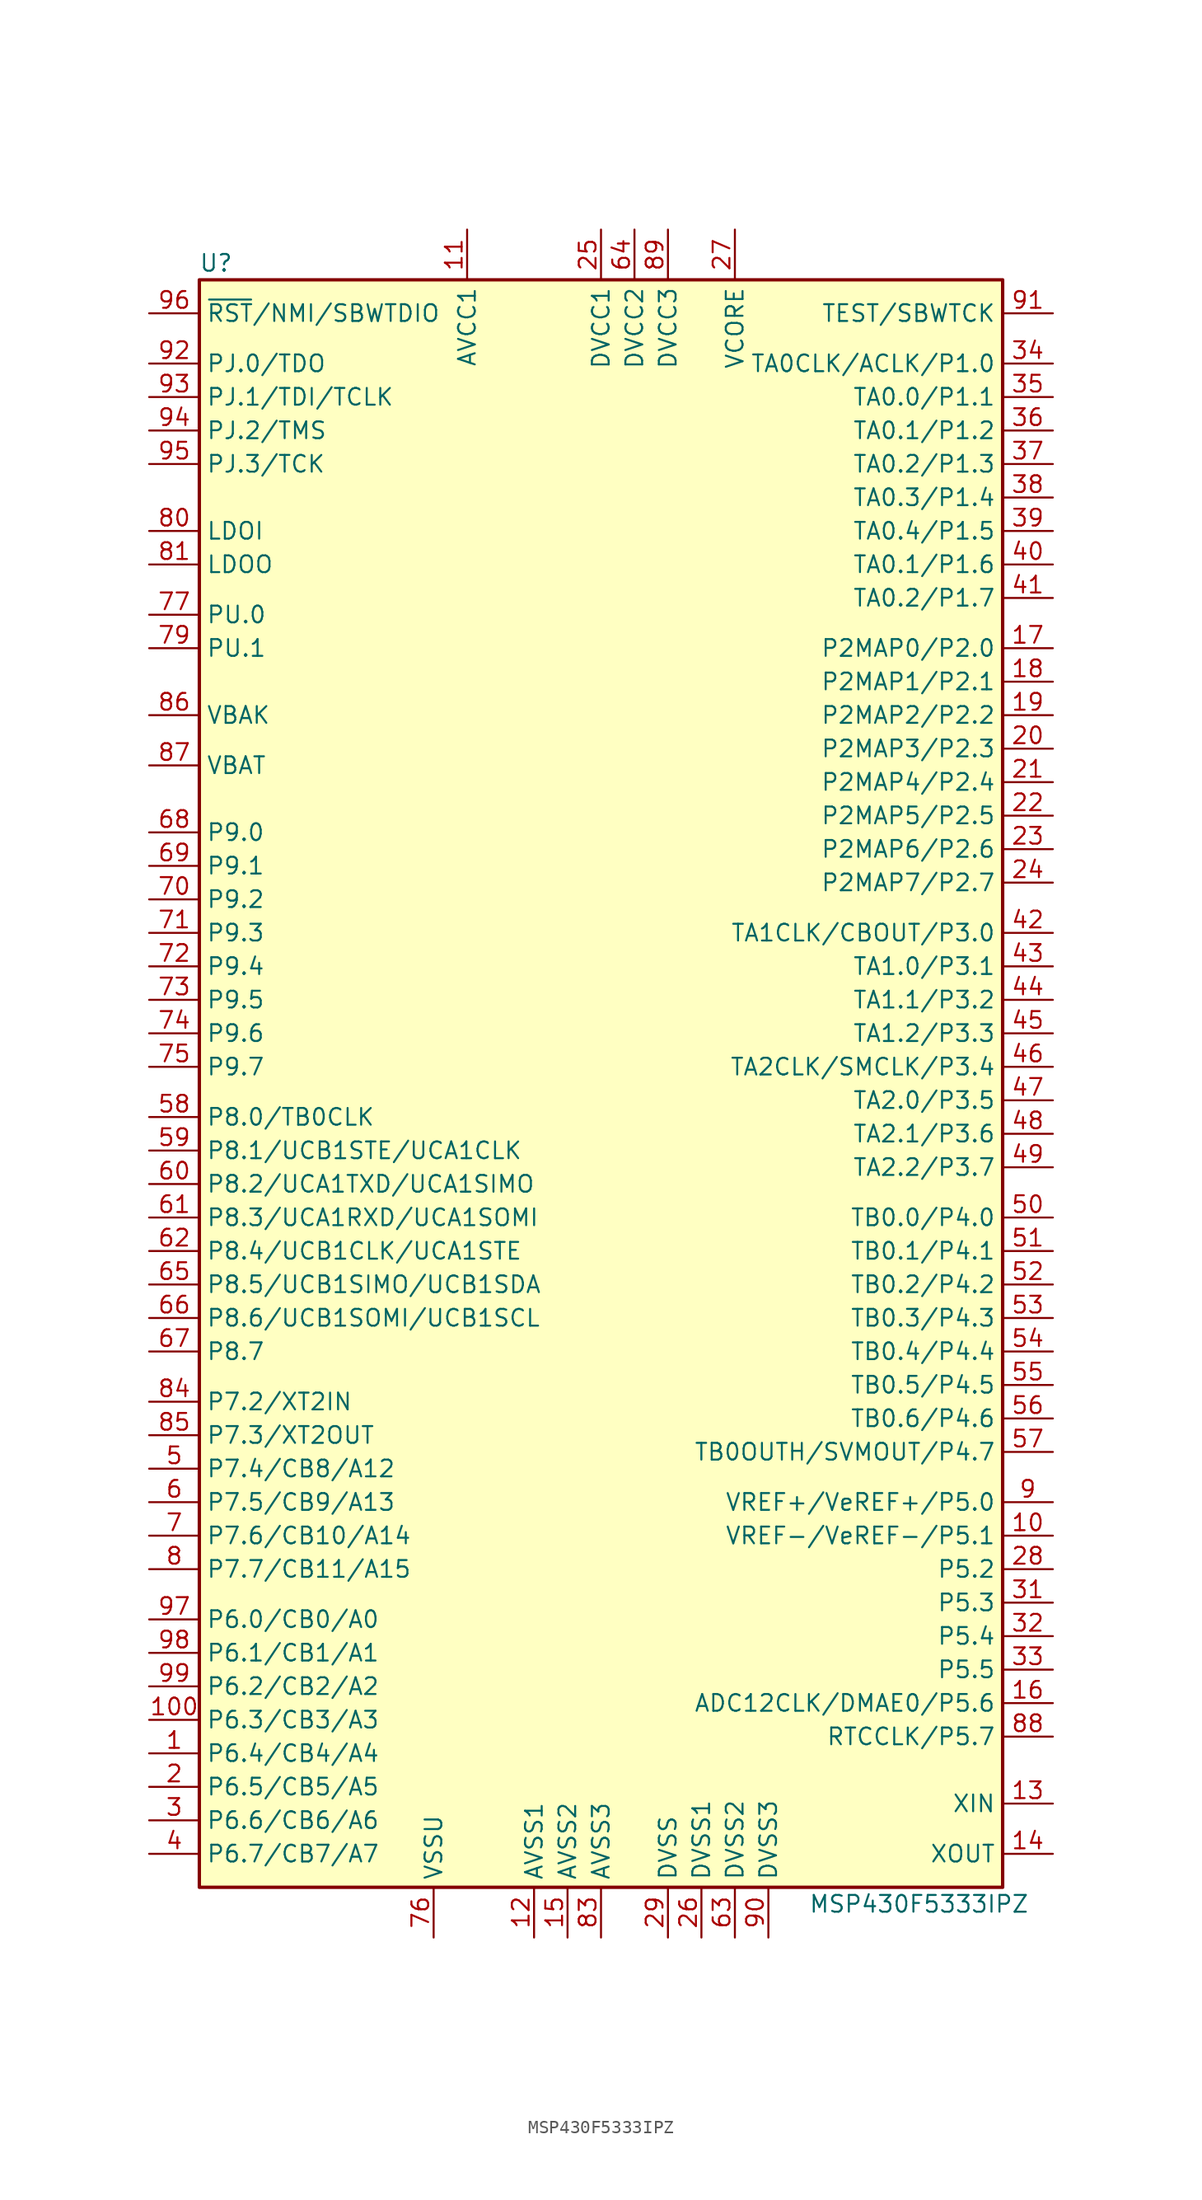
<source format=kicad_sym>
(kicad_symbol_lib
  (version 20231120)
  (generator "kicad_symbol_editor")
  (generator_version "8.0")
  (symbol "MSP430F5333IPZ"
    (property "Reference" "U"
      (at -29.21 60.96 0)
      (effects (font (size 1.27 1.27))))
    (property "Value" "MSP430F5333IPZ"
      (at 24.13 -63.5 0)
      (effects (font (size 1.27 1.27))))
    (symbol "MSP430F5333IPZ_0_1"
      (rectangle (start -30.48 59.69) (end 30.48 -62.23) (stroke (width 0.254) (type default)) (fill (type background))))
    (symbol "MSP430F5333IPZ_1_1"
      (pin bidirectional line (at -34.29 -52.07 0) (length 3.81) (name "P6.4/CB4/A4" (effects (font (size 1.27 1.27)))) (number "1" (effects (font (size 1.27 1.27)))))
      (pin bidirectional line (at 34.29 -35.56 180) (length 3.81) (name "VREF-/VeREF-/P5.1" (effects (font (size 1.27 1.27)))) (number "10" (effects (font (size 1.27 1.27)))))
      (pin bidirectional line (at -34.29 -49.53 0) (length 3.81) (name "P6.3/CB3/A3" (effects (font (size 1.27 1.27)))) (number "100" (effects (font (size 1.27 1.27)))))
      (pin power_in line (at -10.16 63.5 270) (length 3.81) (name "AVCC1" (effects (font (size 1.27 1.27)))) (number "11" (effects (font (size 1.27 1.27)))))
      (pin power_in line (at -5.08 -66.04 90) (length 3.81) (name "AVSS1" (effects (font (size 1.27 1.27)))) (number "12" (effects (font (size 1.27 1.27)))))
      (pin bidirectional line (at 34.29 -55.88 180) (length 3.81) (name "XIN" (effects (font (size 1.27 1.27)))) (number "13" (effects (font (size 1.27 1.27)))))
      (pin bidirectional line (at 34.29 -59.69 180) (length 3.81) (name "XOUT" (effects (font (size 1.27 1.27)))) (number "14" (effects (font (size 1.27 1.27)))))
      (pin power_in line (at -2.54 -66.04 90) (length 3.81) (name "AVSS2" (effects (font (size 1.27 1.27)))) (number "15" (effects (font (size 1.27 1.27)))))
      (pin bidirectional line (at 34.29 -48.26 180) (length 3.81) (name "ADC12CLK/DMAE0/P5.6" (effects (font (size 1.27 1.27)))) (number "16" (effects (font (size 1.27 1.27)))))
      (pin bidirectional line (at 34.29 31.75 180) (length 3.81) (name "P2MAP0/P2.0" (effects (font (size 1.27 1.27)))) (number "17" (effects (font (size 1.27 1.27)))))
      (pin bidirectional line (at 34.29 29.21 180) (length 3.81) (name "P2MAP1/P2.1" (effects (font (size 1.27 1.27)))) (number "18" (effects (font (size 1.27 1.27)))))
      (pin bidirectional line (at 34.29 26.67 180) (length 3.81) (name "P2MAP2/P2.2" (effects (font (size 1.27 1.27)))) (number "19" (effects (font (size 1.27 1.27)))))
      (pin bidirectional line (at -34.29 -54.61 0) (length 3.81) (name "P6.5/CB5/A5" (effects (font (size 1.27 1.27)))) (number "2" (effects (font (size 1.27 1.27)))))
      (pin bidirectional line (at 34.29 24.13 180) (length 3.81) (name "P2MAP3/P2.3" (effects (font (size 1.27 1.27)))) (number "20" (effects (font (size 1.27 1.27)))))
      (pin bidirectional line (at 34.29 21.59 180) (length 3.81) (name "P2MAP4/P2.4" (effects (font (size 1.27 1.27)))) (number "21" (effects (font (size 1.27 1.27)))))
      (pin bidirectional line (at 34.29 19.05 180) (length 3.81) (name "P2MAP5/P2.5" (effects (font (size 1.27 1.27)))) (number "22" (effects (font (size 1.27 1.27)))))
      (pin bidirectional line (at 34.29 16.51 180) (length 3.81) (name "P2MAP6/P2.6" (effects (font (size 1.27 1.27)))) (number "23" (effects (font (size 1.27 1.27)))))
      (pin bidirectional line (at 34.29 13.97 180) (length 3.81) (name "P2MAP7/P2.7" (effects (font (size 1.27 1.27)))) (number "24" (effects (font (size 1.27 1.27)))))
      (pin power_in line (at 0 63.5 270) (length 3.81) (name "DVCC1" (effects (font (size 1.27 1.27)))) (number "25" (effects (font (size 1.27 1.27)))))
      (pin power_in line (at 7.62 -66.04 90) (length 3.81) (name "DVSS1" (effects (font (size 1.27 1.27)))) (number "26" (effects (font (size 1.27 1.27)))))
      (pin bidirectional line (at 10.16 63.5 270) (length 3.81) (name "VCORE" (effects (font (size 1.27 1.27)))) (number "27" (effects (font (size 1.27 1.27)))))
      (pin bidirectional line (at 34.29 -38.1 180) (length 3.81) (name "P5.2" (effects (font (size 1.27 1.27)))) (number "28" (effects (font (size 1.27 1.27)))))
      (pin power_in line (at 5.08 -66.04 90) (length 3.81) (name "DVSS" (effects (font (size 1.27 1.27)))) (number "29" (effects (font (size 1.27 1.27)))))
      (pin bidirectional line (at -34.29 -57.15 0) (length 3.81) (name "P6.6/CB6/A6" (effects (font (size 1.27 1.27)))) (number "3" (effects (font (size 1.27 1.27)))))
      (pin bidirectional line (at 34.29 -40.64 180) (length 3.81) (name "P5.3" (effects (font (size 1.27 1.27)))) (number "31" (effects (font (size 1.27 1.27)))))
      (pin bidirectional line (at 34.29 -43.18 180) (length 3.81) (name "P5.4" (effects (font (size 1.27 1.27)))) (number "32" (effects (font (size 1.27 1.27)))))
      (pin bidirectional line (at 34.29 -45.72 180) (length 3.81) (name "P5.5" (effects (font (size 1.27 1.27)))) (number "33" (effects (font (size 1.27 1.27)))))
      (pin bidirectional line (at 34.29 53.34 180) (length 3.81) (name "TA0CLK/ACLK/P1.0" (effects (font (size 1.27 1.27)))) (number "34" (effects (font (size 1.27 1.27)))))
      (pin bidirectional line (at 34.29 50.8 180) (length 3.81) (name "TA0.0/P1.1" (effects (font (size 1.27 1.27)))) (number "35" (effects (font (size 1.27 1.27)))))
      (pin bidirectional line (at 34.29 48.26 180) (length 3.81) (name "TA0.1/P1.2" (effects (font (size 1.27 1.27)))) (number "36" (effects (font (size 1.27 1.27)))))
      (pin bidirectional line (at 34.29 45.72 180) (length 3.81) (name "TA0.2/P1.3" (effects (font (size 1.27 1.27)))) (number "37" (effects (font (size 1.27 1.27)))))
      (pin bidirectional line (at 34.29 43.18 180) (length 3.81) (name "TA0.3/P1.4" (effects (font (size 1.27 1.27)))) (number "38" (effects (font (size 1.27 1.27)))))
      (pin bidirectional line (at 34.29 40.64 180) (length 3.81) (name "TA0.4/P1.5" (effects (font (size 1.27 1.27)))) (number "39" (effects (font (size 1.27 1.27)))))
      (pin bidirectional line (at -34.29 -59.69 0) (length 3.81) (name "P6.7/CB7/A7" (effects (font (size 1.27 1.27)))) (number "4" (effects (font (size 1.27 1.27)))))
      (pin bidirectional line (at 34.29 38.1 180) (length 3.81) (name "TA0.1/P1.6" (effects (font (size 1.27 1.27)))) (number "40" (effects (font (size 1.27 1.27)))))
      (pin bidirectional line (at 34.29 35.56 180) (length 3.81) (name "TA0.2/P1.7" (effects (font (size 1.27 1.27)))) (number "41" (effects (font (size 1.27 1.27)))))
      (pin bidirectional line (at 34.29 10.16 180) (length 3.81) (name "TA1CLK/CBOUT/P3.0" (effects (font (size 1.27 1.27)))) (number "42" (effects (font (size 1.27 1.27)))))
      (pin bidirectional line (at 34.29 7.62 180) (length 3.81) (name "TA1.0/P3.1" (effects (font (size 1.27 1.27)))) (number "43" (effects (font (size 1.27 1.27)))))
      (pin bidirectional line (at 34.29 5.08 180) (length 3.81) (name "TA1.1/P3.2" (effects (font (size 1.27 1.27)))) (number "44" (effects (font (size 1.27 1.27)))))
      (pin bidirectional line (at 34.29 2.54 180) (length 3.81) (name "TA1.2/P3.3" (effects (font (size 1.27 1.27)))) (number "45" (effects (font (size 1.27 1.27)))))
      (pin bidirectional line (at 34.29 0 180) (length 3.81) (name "TA2CLK/SMCLK/P3.4" (effects (font (size 1.27 1.27)))) (number "46" (effects (font (size 1.27 1.27)))))
      (pin bidirectional line (at 34.29 -2.54 180) (length 3.81) (name "TA2.0/P3.5" (effects (font (size 1.27 1.27)))) (number "47" (effects (font (size 1.27 1.27)))))
      (pin bidirectional line (at 34.29 -5.08 180) (length 3.81) (name "TA2.1/P3.6" (effects (font (size 1.27 1.27)))) (number "48" (effects (font (size 1.27 1.27)))))
      (pin bidirectional line (at 34.29 -7.62 180) (length 3.81) (name "TA2.2/P3.7" (effects (font (size 1.27 1.27)))) (number "49" (effects (font (size 1.27 1.27)))))
      (pin bidirectional line (at -34.29 -30.48 0) (length 3.81) (name "P7.4/CB8/A12" (effects (font (size 1.27 1.27)))) (number "5" (effects (font (size 1.27 1.27)))))
      (pin bidirectional line (at 34.29 -11.43 180) (length 3.81) (name "TB0.0/P4.0" (effects (font (size 1.27 1.27)))) (number "50" (effects (font (size 1.27 1.27)))))
      (pin bidirectional line (at 34.29 -13.97 180) (length 3.81) (name "TB0.1/P4.1" (effects (font (size 1.27 1.27)))) (number "51" (effects (font (size 1.27 1.27)))))
      (pin bidirectional line (at 34.29 -16.51 180) (length 3.81) (name "TB0.2/P4.2" (effects (font (size 1.27 1.27)))) (number "52" (effects (font (size 1.27 1.27)))))
      (pin bidirectional line (at 34.29 -19.05 180) (length 3.81) (name "TB0.3/P4.3" (effects (font (size 1.27 1.27)))) (number "53" (effects (font (size 1.27 1.27)))))
      (pin bidirectional line (at 34.29 -21.59 180) (length 3.81) (name "TB0.4/P4.4" (effects (font (size 1.27 1.27)))) (number "54" (effects (font (size 1.27 1.27)))))
      (pin bidirectional line (at 34.29 -24.13 180) (length 3.81) (name "TB0.5/P4.5" (effects (font (size 1.27 1.27)))) (number "55" (effects (font (size 1.27 1.27)))))
      (pin bidirectional line (at 34.29 -26.67 180) (length 3.81) (name "TB0.6/P4.6" (effects (font (size 1.27 1.27)))) (number "56" (effects (font (size 1.27 1.27)))))
      (pin bidirectional line (at 34.29 -29.21 180) (length 3.81) (name "TB0OUTH/SVMOUT/P4.7" (effects (font (size 1.27 1.27)))) (number "57" (effects (font (size 1.27 1.27)))))
      (pin bidirectional line (at -34.29 -3.81 0) (length 3.81) (name "P8.0/TB0CLK" (effects (font (size 1.27 1.27)))) (number "58" (effects (font (size 1.27 1.27)))))
      (pin bidirectional line (at -34.29 -6.35 0) (length 3.81) (name "P8.1/UCB1STE/UCA1CLK" (effects (font (size 1.27 1.27)))) (number "59" (effects (font (size 1.27 1.27)))))
      (pin bidirectional line (at -34.29 -33.02 0) (length 3.81) (name "P7.5/CB9/A13" (effects (font (size 1.27 1.27)))) (number "6" (effects (font (size 1.27 1.27)))))
      (pin bidirectional line (at -34.29 -8.89 0) (length 3.81) (name "P8.2/UCA1TXD/UCA1SIMO" (effects (font (size 1.27 1.27)))) (number "60" (effects (font (size 1.27 1.27)))))
      (pin bidirectional line (at -34.29 -11.43 0) (length 3.81) (name "P8.3/UCA1RXD/UCA1SOMI" (effects (font (size 1.27 1.27)))) (number "61" (effects (font (size 1.27 1.27)))))
      (pin bidirectional line (at -34.29 -13.97 0) (length 3.81) (name "P8.4/UCB1CLK/UCA1STE" (effects (font (size 1.27 1.27)))) (number "62" (effects (font (size 1.27 1.27)))))
      (pin power_in line (at 10.16 -66.04 90) (length 3.81) (name "DVSS2" (effects (font (size 1.27 1.27)))) (number "63" (effects (font (size 1.27 1.27)))))
      (pin power_in line (at 2.54 63.5 270) (length 3.81) (name "DVCC2" (effects (font (size 1.27 1.27)))) (number "64" (effects (font (size 1.27 1.27)))))
      (pin bidirectional line (at -34.29 -16.51 0) (length 3.81) (name "P8.5/UCB1SIMO/UCB1SDA" (effects (font (size 1.27 1.27)))) (number "65" (effects (font (size 1.27 1.27)))))
      (pin bidirectional line (at -34.29 -19.05 0) (length 3.81) (name "P8.6/UCB1SOMI/UCB1SCL" (effects (font (size 1.27 1.27)))) (number "66" (effects (font (size 1.27 1.27)))))
      (pin bidirectional line (at -34.29 -21.59 0) (length 3.81) (name "P8.7" (effects (font (size 1.27 1.27)))) (number "67" (effects (font (size 1.27 1.27)))))
      (pin bidirectional line (at -34.29 17.78 0) (length 3.81) (name "P9.0" (effects (font (size 1.27 1.27)))) (number "68" (effects (font (size 1.27 1.27)))))
      (pin bidirectional line (at -34.29 15.24 0) (length 3.81) (name "P9.1" (effects (font (size 1.27 1.27)))) (number "69" (effects (font (size 1.27 1.27)))))
      (pin bidirectional line (at -34.29 -35.56 0) (length 3.81) (name "P7.6/CB10/A14" (effects (font (size 1.27 1.27)))) (number "7" (effects (font (size 1.27 1.27)))))
      (pin bidirectional line (at -34.29 12.7 0) (length 3.81) (name "P9.2" (effects (font (size 1.27 1.27)))) (number "70" (effects (font (size 1.27 1.27)))))
      (pin bidirectional line (at -34.29 10.16 0) (length 3.81) (name "P9.3" (effects (font (size 1.27 1.27)))) (number "71" (effects (font (size 1.27 1.27)))))
      (pin bidirectional line (at -34.29 7.62 0) (length 3.81) (name "P9.4" (effects (font (size 1.27 1.27)))) (number "72" (effects (font (size 1.27 1.27)))))
      (pin bidirectional line (at -34.29 5.08 0) (length 3.81) (name "P9.5" (effects (font (size 1.27 1.27)))) (number "73" (effects (font (size 1.27 1.27)))))
      (pin bidirectional line (at -34.29 2.54 0) (length 3.81) (name "P9.6" (effects (font (size 1.27 1.27)))) (number "74" (effects (font (size 1.27 1.27)))))
      (pin bidirectional line (at -34.29 0 0) (length 3.81) (name "P9.7" (effects (font (size 1.27 1.27)))) (number "75" (effects (font (size 1.27 1.27)))))
      (pin power_in line (at -12.7 -66.04 90) (length 3.81) (name "VSSU" (effects (font (size 1.27 1.27)))) (number "76" (effects (font (size 1.27 1.27)))))
      (pin bidirectional line (at -34.29 34.29 0) (length 3.81) (name "PU.0" (effects (font (size 1.27 1.27)))) (number "77" (effects (font (size 1.27 1.27)))))
      (pin bidirectional line (at -34.29 31.75 0) (length 3.81) (name "PU.1" (effects (font (size 1.27 1.27)))) (number "79" (effects (font (size 1.27 1.27)))))
      (pin bidirectional line (at -34.29 -38.1 0) (length 3.81) (name "P7.7/CB11/A15" (effects (font (size 1.27 1.27)))) (number "8" (effects (font (size 1.27 1.27)))))
      (pin bidirectional line (at -34.29 40.64 0) (length 3.81) (name "LDOI" (effects (font (size 1.27 1.27)))) (number "80" (effects (font (size 1.27 1.27)))))
      (pin bidirectional line (at -34.29 38.1 0) (length 3.81) (name "LDOO" (effects (font (size 1.27 1.27)))) (number "81" (effects (font (size 1.27 1.27)))))
      (pin power_in line (at 0 -66.04 90) (length 3.81) (name "AVSS3" (effects (font (size 1.27 1.27)))) (number "83" (effects (font (size 1.27 1.27)))))
      (pin bidirectional line (at -34.29 -25.4 0) (length 3.81) (name "P7.2/XT2IN" (effects (font (size 1.27 1.27)))) (number "84" (effects (font (size 1.27 1.27)))))
      (pin bidirectional line (at -34.29 -27.94 0) (length 3.81) (name "P7.3/XT2OUT" (effects (font (size 1.27 1.27)))) (number "85" (effects (font (size 1.27 1.27)))))
      (pin bidirectional line (at -34.29 26.67 0) (length 3.81) (name "VBAK" (effects (font (size 1.27 1.27)))) (number "86" (effects (font (size 1.27 1.27)))))
      (pin bidirectional line (at -34.29 22.86 0) (length 3.81) (name "VBAT" (effects (font (size 1.27 1.27)))) (number "87" (effects (font (size 1.27 1.27)))))
      (pin bidirectional line (at 34.29 -50.8 180) (length 3.81) (name "RTCCLK/P5.7" (effects (font (size 1.27 1.27)))) (number "88" (effects (font (size 1.27 1.27)))))
      (pin power_in line (at 5.08 63.5 270) (length 3.81) (name "DVCC3" (effects (font (size 1.27 1.27)))) (number "89" (effects (font (size 1.27 1.27)))))
      (pin bidirectional line (at 34.29 -33.02 180) (length 3.81) (name "VREF+/VeREF+/P5.0" (effects (font (size 1.27 1.27)))) (number "9" (effects (font (size 1.27 1.27)))))
      (pin power_in line (at 12.7 -66.04 90) (length 3.81) (name "DVSS3" (effects (font (size 1.27 1.27)))) (number "90" (effects (font (size 1.27 1.27)))))
      (pin input line (at 34.29 57.15 180) (length 3.81) (name "TEST/SBWTCK" (effects (font (size 1.27 1.27)))) (number "91" (effects (font (size 1.27 1.27)))))
      (pin bidirectional line (at -34.29 53.34 0) (length 3.81) (name "PJ.0/TDO" (effects (font (size 1.27 1.27)))) (number "92" (effects (font (size 1.27 1.27)))))
      (pin bidirectional line (at -34.29 50.8 0) (length 3.81) (name "PJ.1/TDI/TCLK" (effects (font (size 1.27 1.27)))) (number "93" (effects (font (size 1.27 1.27)))))
      (pin bidirectional line (at -34.29 48.26 0) (length 3.81) (name "PJ.2/TMS" (effects (font (size 1.27 1.27)))) (number "94" (effects (font (size 1.27 1.27)))))
      (pin bidirectional line (at -34.29 45.72 0) (length 3.81) (name "PJ.3/TCK" (effects (font (size 1.27 1.27)))) (number "95" (effects (font (size 1.27 1.27)))))
      (pin input line (at -34.29 57.15 0) (length 3.81) (name "~{RST}/NMI/SBWTDIO" (effects (font (size 1.27 1.27)))) (number "96" (effects (font (size 1.27 1.27)))))
      (pin bidirectional line (at -34.29 -41.91 0) (length 3.81) (name "P6.0/CB0/A0" (effects (font (size 1.27 1.27)))) (number "97" (effects (font (size 1.27 1.27)))))
      (pin bidirectional line (at -34.29 -44.45 0) (length 3.81) (name "P6.1/CB1/A1" (effects (font (size 1.27 1.27)))) (number "98" (effects (font (size 1.27 1.27)))))
      (pin bidirectional line (at -34.29 -46.99 0) (length 3.81) (name "P6.2/CB2/A2" (effects (font (size 1.27 1.27)))) (number "99" (effects (font (size 1.27 1.27))))))))
</source>
